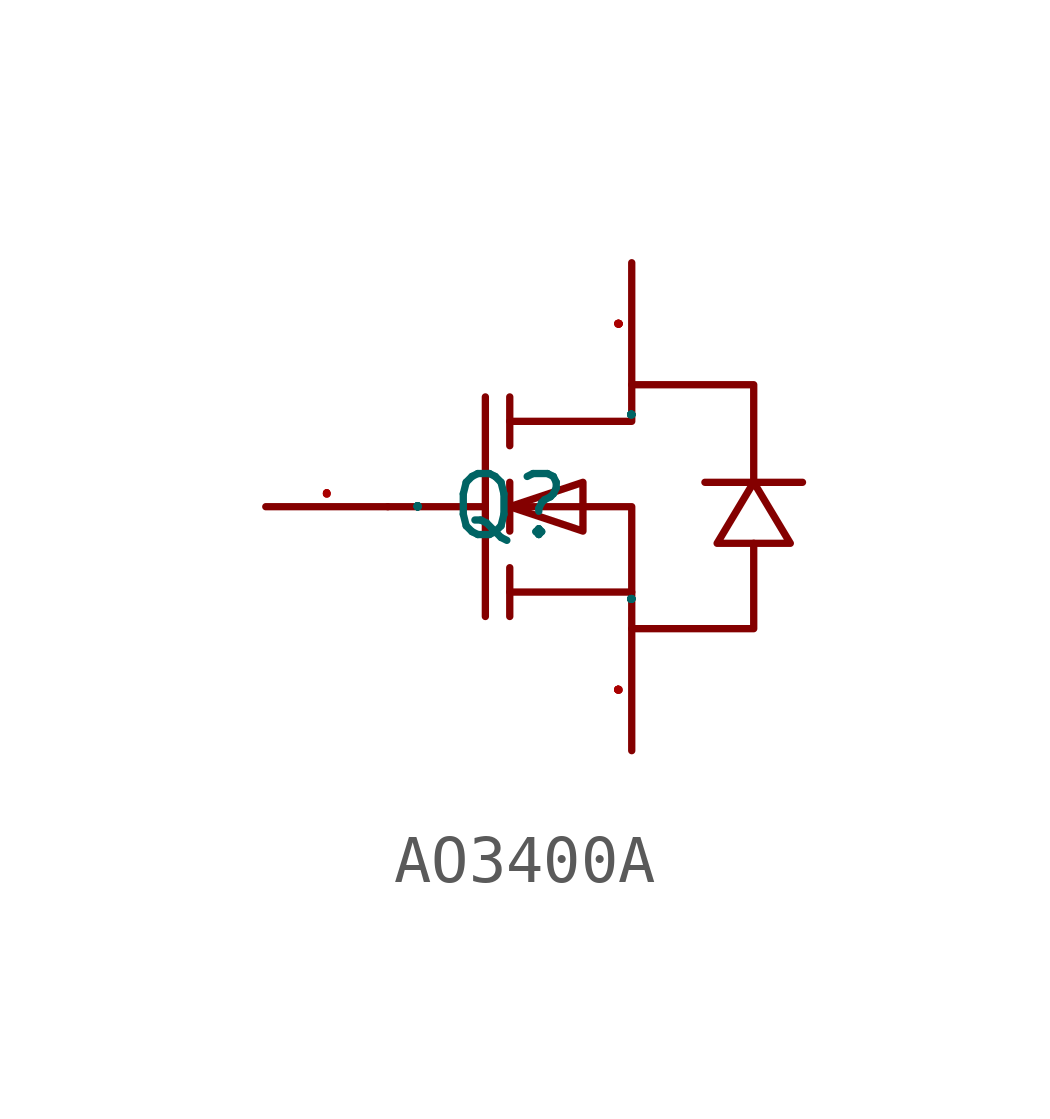
<source format=kicad_sym>
(kicad_symbol_lib
  (version 20241209)
  (generator "kicad_symbol_editor")
  (generator_version "9.0")
  (symbol "AO3400A"
    (property "Reference" "Q"
      (at 0 0 0)
      (effects (font (size 1.27 1.27))))
    (property "Value" ""
      (at 0 0 0)
      (effects (font (size 1.27 1.27))))
    (symbol "AO3400A_1_0"
      (polyline (pts (xy -2.54 0) (xy -0.508 0)) (stroke (width 0) (type default)) (fill (type none)))
      (polyline (pts (xy -0.508 2.286) (xy -0.508 -2.286)) (stroke (width 0) (type default)) (fill (type none)))
      (polyline (pts (xy 0 2.286) (xy 0 1.27)) (stroke (width 0) (type default)) (fill (type none)))
      (polyline (pts (xy 0 1.778) (xy 2.54 1.778) (xy 2.54 1.778) (xy 2.54 2.54) (xy 2.54 2.54) (xy 5.08 2.54) (xy 5.08 2.54) (xy 5.08 0.508)) (stroke (width 0) (type default)) (fill (type none)))
      (polyline (pts (xy 0 0) (xy 1.524 -0.508) (xy 1.524 -0.508) (xy 1.524 0.508) (xy 1.524 0.508) (xy 0 0)) (stroke (width 0) (type default)) (fill (type none)))
      (polyline (pts (xy 0 0) (xy 2.54 0) (xy 2.54 0) (xy 2.54 -2.54) (xy 2.54 -2.54) (xy 5.08 -2.54) (xy 5.08 -2.54) (xy 5.08 -0.762)) (stroke (width 0) (type default)) (fill (type none)))
      (polyline (pts (xy 0 -0.508) (xy 0 0.508)) (stroke (width 0) (type default)) (fill (type none)))
      (polyline (pts (xy 0 -2.286) (xy 0 -1.27)) (stroke (width 0) (type default)) (fill (type none)))
      (polyline (pts (xy 2.54 -1.778) (xy 0 -1.778)) (stroke (width 0) (type default)) (fill (type none)))
      (polyline (pts (xy 5.08 0.508) (xy 4.318 -0.762) (xy 4.318 -0.762) (xy 5.842 -0.762) (xy 5.842 -0.762) (xy 5.08 0.508)) (stroke (width 0) (type default)) (fill (type none)))
      (polyline (pts (xy 6.096 0.508) (xy 5.588 0.508) (xy 5.588 0.508) (xy 4.572 0.508) (xy 4.572 0.508) (xy 4.064 0.508)) (stroke (width 0) (type default)) (fill (type none)))
      (pin unspecified line (at -5.08 0 0) (length 2.54) (name "G" (effects (font (size 0.025 0.025)))) (number "1" (effects (font (size 0.025 0.025)))))
      (pin unspecified line (at 2.54 5.08 270) (length 2.54) (name "D" (effects (font (size 0.025 0.025)))) (number "3" (effects (font (size 0.025 0.025)))))
      (pin unspecified line (at 2.54 -5.08 90) (length 2.54) (name "S" (effects (font (size 0.025 0.025)))) (number "2" (effects (font (size 0.025 0.025))))))))
</source>
